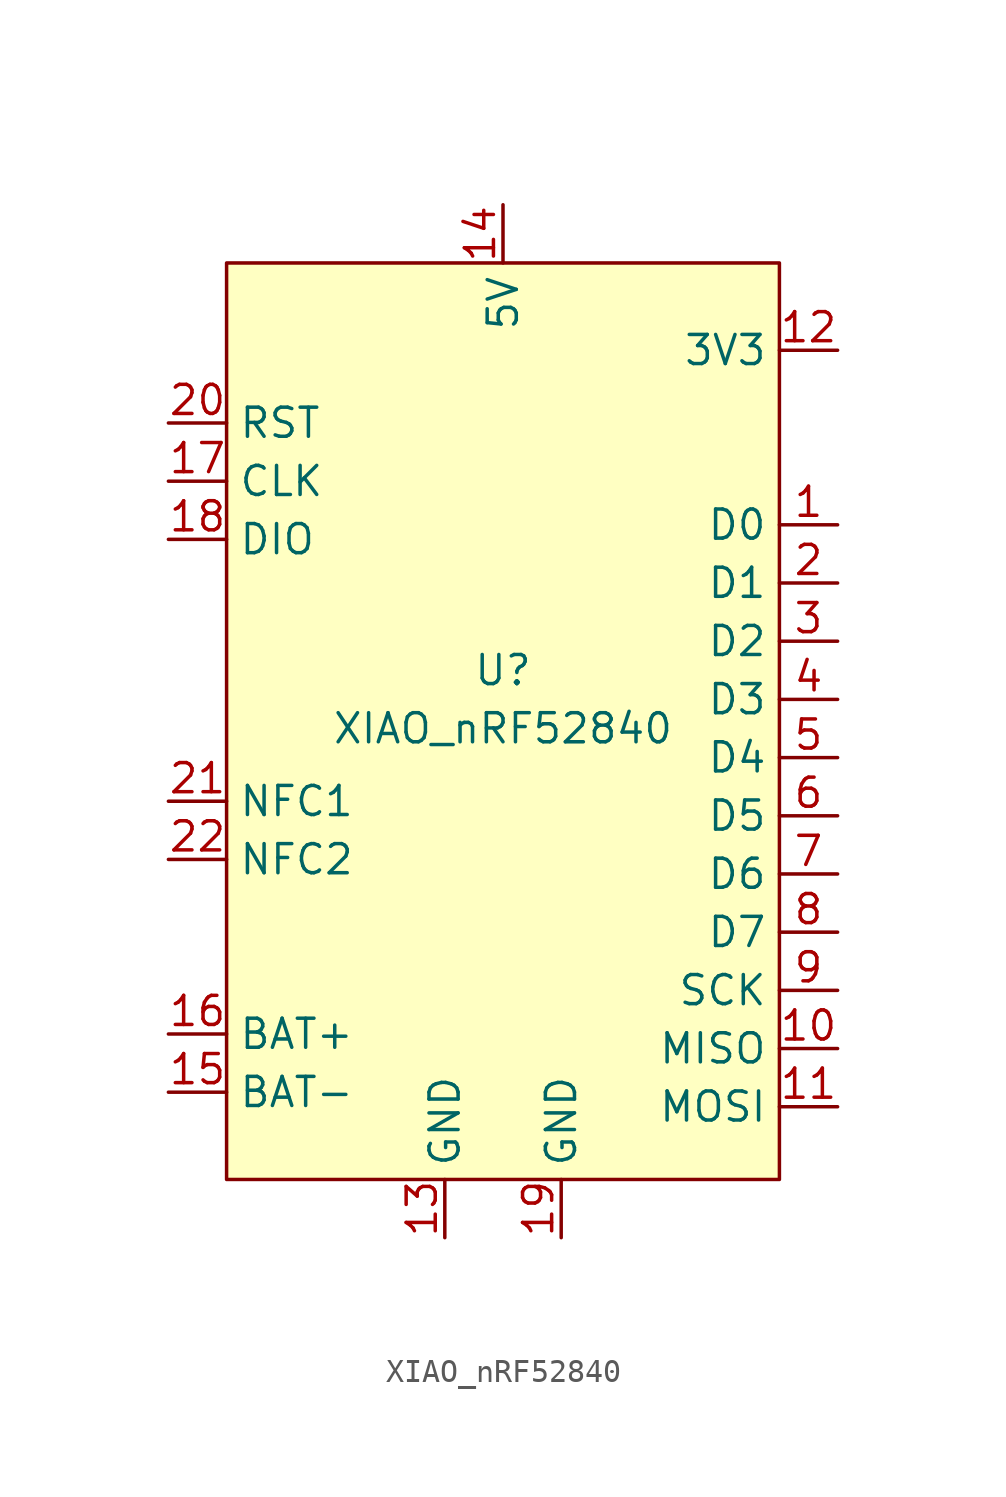
<source format=kicad_sym>
(kicad_symbol_lib
  (version 20220914)
  (generator kicad_symbol_editor)
  (symbol "XIAO_nRF52840"
    (property "Reference" "U"
      (at 0 1.27 0)
      (effects (font (size 1.27 1.27))))
    (property "Value" "XIAO_nRF52840"
      (at 0 -1.27 0)
      (effects (font (size 1.27 1.27))))
    (symbol "XIAO_nRF52840_1_1"
      (rectangle (start -12.065 19.05) (end 12.065 -20.955) (stroke (width 0) (type default)) (fill (type background)))
      (pin bidirectional line (at 14.605 7.62 180) (length 2.54) (name "D0" (effects (font (size 1.27 1.27)))) (number "1" (effects (font (size 1.27 1.27)))))
      (pin input line (at 14.605 -15.24 180) (length 2.54) (name "MISO" (effects (font (size 1.27 1.27)))) (number "10" (effects (font (size 1.27 1.27)))))
      (pin output line (at 14.605 -17.78 180) (length 2.54) (name "MOSI" (effects (font (size 1.27 1.27)))) (number "11" (effects (font (size 1.27 1.27)))))
      (pin power_out line (at 14.605 15.24 180) (length 2.54) (name "3V3" (effects (font (size 1.27 1.27)))) (number "12" (effects (font (size 1.27 1.27)))))
      (pin power_in line (at -2.54 -23.495 90) (length 2.54) (name "GND" (effects (font (size 1.27 1.27)))) (number "13" (effects (font (size 1.27 1.27)))))
      (pin power_in line (at 0 21.59 270) (length 2.54) (name "5V" (effects (font (size 1.27 1.27)))) (number "14" (effects (font (size 1.27 1.27)))))
      (pin power_in line (at -14.605 -17.145 0) (length 2.54) (name "BAT-" (effects (font (size 1.27 1.27)))) (number "15" (effects (font (size 1.27 1.27)))))
      (pin power_in line (at -14.605 -14.605 0) (length 2.54) (name "BAT+" (effects (font (size 1.27 1.27)))) (number "16" (effects (font (size 1.27 1.27)))))
      (pin input line (at -14.605 9.525 0) (length 2.54) (name "CLK" (effects (font (size 1.27 1.27)))) (number "17" (effects (font (size 1.27 1.27)))))
      (pin bidirectional line (at -14.605 6.985 0) (length 2.54) (name "DIO" (effects (font (size 1.27 1.27)))) (number "18" (effects (font (size 1.27 1.27)))))
      (pin power_in line (at 2.54 -23.495 90) (length 2.54) (name "GND" (effects (font (size 1.27 1.27)))) (number "19" (effects (font (size 1.27 1.27)))))
      (pin bidirectional line (at 14.605 5.08 180) (length 2.54) (name "D1" (effects (font (size 1.27 1.27)))) (number "2" (effects (font (size 1.27 1.27)))))
      (pin input line (at -14.605 12.065 0) (length 2.54) (name "RST" (effects (font (size 1.27 1.27)))) (number "20" (effects (font (size 1.27 1.27)))))
      (pin bidirectional line (at -14.605 -4.445 0) (length 2.54) (name "NFC1" (effects (font (size 1.27 1.27)))) (number "21" (effects (font (size 1.27 1.27)))))
      (pin bidirectional line (at -14.605 -6.985 0) (length 2.54) (name "NFC2" (effects (font (size 1.27 1.27)))) (number "22" (effects (font (size 1.27 1.27)))))
      (pin bidirectional line (at 14.605 2.54 180) (length 2.54) (name "D2" (effects (font (size 1.27 1.27)))) (number "3" (effects (font (size 1.27 1.27)))))
      (pin bidirectional line (at 14.605 0 180) (length 2.54) (name "D3" (effects (font (size 1.27 1.27)))) (number "4" (effects (font (size 1.27 1.27)))))
      (pin bidirectional line (at 14.605 -2.54 180) (length 2.54) (name "D4" (effects (font (size 1.27 1.27)))) (number "5" (effects (font (size 1.27 1.27)))))
      (pin bidirectional line (at 14.605 -5.08 180) (length 2.54) (name "D5" (effects (font (size 1.27 1.27)))) (number "6" (effects (font (size 1.27 1.27)))))
      (pin bidirectional line (at 14.605 -7.62 180) (length 2.54) (name "D6" (effects (font (size 1.27 1.27)))) (number "7" (effects (font (size 1.27 1.27)))))
      (pin bidirectional line (at 14.605 -10.16 180) (length 2.54) (name "D7" (effects (font (size 1.27 1.27)))) (number "8" (effects (font (size 1.27 1.27)))))
      (pin output line (at 14.605 -12.7 180) (length 2.54) (name "SCK" (effects (font (size 1.27 1.27)))) (number "9" (effects (font (size 1.27 1.27))))))))
</source>
